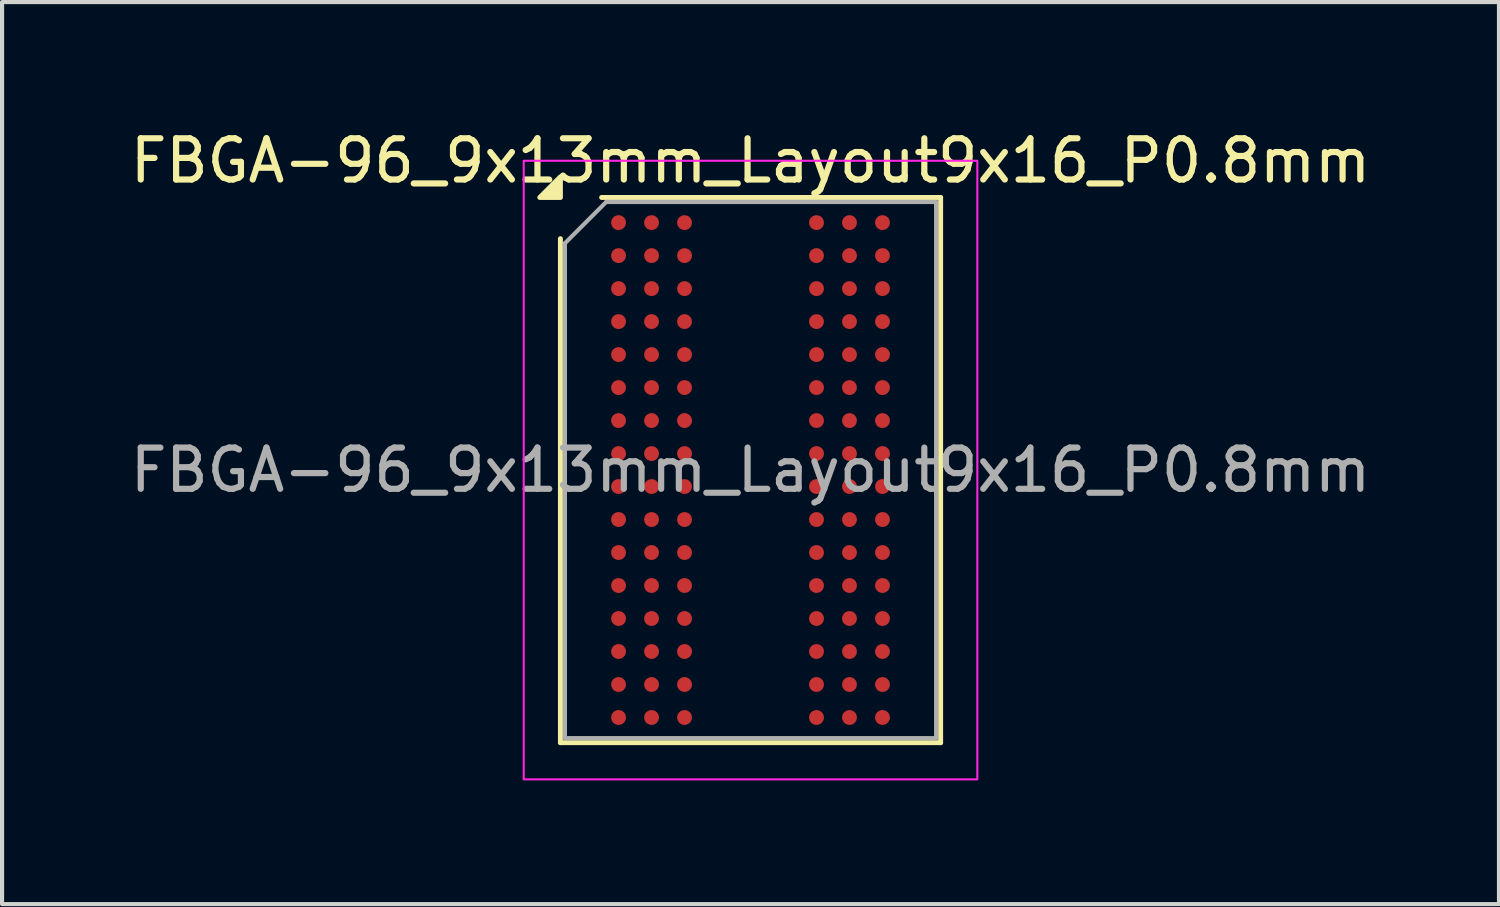
<source format=kicad_pcb>
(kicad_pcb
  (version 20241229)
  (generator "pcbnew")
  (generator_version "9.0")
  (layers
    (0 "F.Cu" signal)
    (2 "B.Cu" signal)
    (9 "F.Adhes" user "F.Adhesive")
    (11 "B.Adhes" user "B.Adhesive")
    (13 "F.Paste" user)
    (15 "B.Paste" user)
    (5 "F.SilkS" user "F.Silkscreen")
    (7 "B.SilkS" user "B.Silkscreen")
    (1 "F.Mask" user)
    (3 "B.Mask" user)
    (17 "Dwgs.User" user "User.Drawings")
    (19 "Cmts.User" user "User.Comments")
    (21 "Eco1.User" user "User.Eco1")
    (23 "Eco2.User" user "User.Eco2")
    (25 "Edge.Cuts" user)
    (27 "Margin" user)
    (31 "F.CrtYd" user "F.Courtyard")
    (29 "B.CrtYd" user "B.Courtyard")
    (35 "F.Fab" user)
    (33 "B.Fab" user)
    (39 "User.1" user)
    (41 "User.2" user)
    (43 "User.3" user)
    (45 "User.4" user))
  (footprint "FBGA-96_9x13mm_Layout9x16_P0.8mm"
    (layer "F.Cu")
    (at 15.149 8.348)
    (property "Reference" "FBGA-96_9x13mm_Layout9x16_P0.8mm" (at 0 -7.5 0) (layer "F.SilkS") (effects (font (size 1 1) (thickness 0.15))))
    (attr smd)
    (fp_line (start -4.61 6.61) (end -4.61 -5.61) (stroke (width 0.12) (type solid)) (layer "F.SilkS"))
    (fp_line (start -3.61 -6.61) (end 4.61 -6.61) (stroke (width 0.12) (type solid)) (layer "F.SilkS"))
    (fp_line (start 4.61 -6.61) (end 4.61 6.61) (stroke (width 0.12) (type solid)) (layer "F.SilkS"))
    (fp_line (start 4.61 6.61) (end -4.61 6.61) (stroke (width 0.12) (type solid)) (layer "F.SilkS"))
    (fp_poly (pts (xy -4.61 -6.61) (xy -5.11 -6.61) (xy -4.61 -7.11)) (stroke (width 0.12) (type solid)) (fill yes) (layer "F.SilkS"))
    (fp_rect (start -5.5 -7.5) (end 5.5 7.5) (stroke (width 0.05) (type solid)) (fill no) (layer "F.CrtYd"))
    (fp_line (start -4.5 -5.5) (end -3.5 -6.5) (stroke (width 0.1) (type solid)) (layer "F.Fab"))
    (fp_line (start -4.5 6.5) (end -4.5 -5.5) (stroke (width 0.1) (type solid)) (layer "F.Fab"))
    (fp_line (start -3.5 -6.5) (end 4.5 -6.5) (stroke (width 0.1) (type solid)) (layer "F.Fab"))
    (fp_line (start 4.5 -6.5) (end 4.5 6.5) (stroke (width 0.1) (type solid)) (layer "F.Fab"))
    (fp_line (start 4.5 6.5) (end -4.5 6.5) (stroke (width 0.1) (type solid)) (layer "F.Fab"))
    (fp_text user "${REFERENCE}" (at 0 0 0) (layer "F.Fab") (effects (font (size 1 1) (thickness 0.15))))
    (pad "A1" smd circle (at -3.2 -6) (size 0.36 0.36) (property pad_prop_bga) (layers "F.Cu" "F.Mask" "F.Paste"))
    (pad "A2" smd circle (at -2.4 -6) (size 0.36 0.36) (property pad_prop_bga) (layers "F.Cu" "F.Mask" "F.Paste"))
    (pad "A3" smd circle (at -1.6 -6) (size 0.36 0.36) (property pad_prop_bga) (layers "F.Cu" "F.Mask" "F.Paste"))
    (pad "A7" smd circle (at 1.6 -6) (size 0.36 0.36) (property pad_prop_bga) (layers "F.Cu" "F.Mask" "F.Paste"))
    (pad "A8" smd circle (at 2.4 -6) (size 0.36 0.36) (property pad_prop_bga) (layers "F.Cu" "F.Mask" "F.Paste"))
    (pad "A9" smd circle (at 3.2 -6) (size 0.36 0.36) (property pad_prop_bga) (layers "F.Cu" "F.Mask" "F.Paste"))
    (pad "B1" smd circle (at -3.2 -5.2) (size 0.36 0.36) (property pad_prop_bga) (layers "F.Cu" "F.Mask" "F.Paste"))
    (pad "B2" smd circle (at -2.4 -5.2) (size 0.36 0.36) (property pad_prop_bga) (layers "F.Cu" "F.Mask" "F.Paste"))
    (pad "B3" smd circle (at -1.6 -5.2) (size 0.36 0.36) (property pad_prop_bga) (layers "F.Cu" "F.Mask" "F.Paste"))
    (pad "B7" smd circle (at 1.6 -5.2) (size 0.36 0.36) (property pad_prop_bga) (layers "F.Cu" "F.Mask" "F.Paste"))
    (pad "B8" smd circle (at 2.4 -5.2) (size 0.36 0.36) (property pad_prop_bga) (layers "F.Cu" "F.Mask" "F.Paste"))
    (pad "B9" smd circle (at 3.2 -5.2) (size 0.36 0.36) (property pad_prop_bga) (layers "F.Cu" "F.Mask" "F.Paste"))
    (pad "C1" smd circle (at -3.2 -4.4) (size 0.36 0.36) (property pad_prop_bga) (layers "F.Cu" "F.Mask" "F.Paste"))
    (pad "C2" smd circle (at -2.4 -4.4) (size 0.36 0.36) (property pad_prop_bga) (layers "F.Cu" "F.Mask" "F.Paste"))
    (pad "C3" smd circle (at -1.6 -4.4) (size 0.36 0.36) (property pad_prop_bga) (layers "F.Cu" "F.Mask" "F.Paste"))
    (pad "C7" smd circle (at 1.6 -4.4) (size 0.36 0.36) (property pad_prop_bga) (layers "F.Cu" "F.Mask" "F.Paste"))
    (pad "C8" smd circle (at 2.4 -4.4) (size 0.36 0.36) (property pad_prop_bga) (layers "F.Cu" "F.Mask" "F.Paste"))
    (pad "C9" smd circle (at 3.2 -4.4) (size 0.36 0.36) (property pad_prop_bga) (layers "F.Cu" "F.Mask" "F.Paste"))
    (pad "D1" smd circle (at -3.2 -3.6) (size 0.36 0.36) (property pad_prop_bga) (layers "F.Cu" "F.Mask" "F.Paste"))
    (pad "D2" smd circle (at -2.4 -3.6) (size 0.36 0.36) (property pad_prop_bga) (layers "F.Cu" "F.Mask" "F.Paste"))
    (pad "D3" smd circle (at -1.6 -3.6) (size 0.36 0.36) (property pad_prop_bga) (layers "F.Cu" "F.Mask" "F.Paste"))
    (pad "D7" smd circle (at 1.6 -3.6) (size 0.36 0.36) (property pad_prop_bga) (layers "F.Cu" "F.Mask" "F.Paste"))
    (pad "D8" smd circle (at 2.4 -3.6) (size 0.36 0.36) (property pad_prop_bga) (layers "F.Cu" "F.Mask" "F.Paste"))
    (pad "D9" smd circle (at 3.2 -3.6) (size 0.36 0.36) (property pad_prop_bga) (layers "F.Cu" "F.Mask" "F.Paste"))
    (pad "E1" smd circle (at -3.2 -2.8) (size 0.36 0.36) (property pad_prop_bga) (layers "F.Cu" "F.Mask" "F.Paste"))
    (pad "E2" smd circle (at -2.4 -2.8) (size 0.36 0.36) (property pad_prop_bga) (layers "F.Cu" "F.Mask" "F.Paste"))
    (pad "E3" smd circle (at -1.6 -2.8) (size 0.36 0.36) (property pad_prop_bga) (layers "F.Cu" "F.Mask" "F.Paste"))
    (pad "E7" smd circle (at 1.6 -2.8) (size 0.36 0.36) (property pad_prop_bga) (layers "F.Cu" "F.Mask" "F.Paste"))
    (pad "E8" smd circle (at 2.4 -2.8) (size 0.36 0.36) (property pad_prop_bga) (layers "F.Cu" "F.Mask" "F.Paste"))
    (pad "E9" smd circle (at 3.2 -2.8) (size 0.36 0.36) (property pad_prop_bga) (layers "F.Cu" "F.Mask" "F.Paste"))
    (pad "F1" smd circle (at -3.2 -2) (size 0.36 0.36) (property pad_prop_bga) (layers "F.Cu" "F.Mask" "F.Paste"))
    (pad "F2" smd circle (at -2.4 -2) (size 0.36 0.36) (property pad_prop_bga) (layers "F.Cu" "F.Mask" "F.Paste"))
    (pad "F3" smd circle (at -1.6 -2) (size 0.36 0.36) (property pad_prop_bga) (layers "F.Cu" "F.Mask" "F.Paste"))
    (pad "F7" smd circle (at 1.6 -2) (size 0.36 0.36) (property pad_prop_bga) (layers "F.Cu" "F.Mask" "F.Paste"))
    (pad "F8" smd circle (at 2.4 -2) (size 0.36 0.36) (property pad_prop_bga) (layers "F.Cu" "F.Mask" "F.Paste"))
    (pad "F9" smd circle (at 3.2 -2) (size 0.36 0.36) (property pad_prop_bga) (layers "F.Cu" "F.Mask" "F.Paste"))
    (pad "G1" smd circle (at -3.2 -1.2) (size 0.36 0.36) (property pad_prop_bga) (layers "F.Cu" "F.Mask" "F.Paste"))
    (pad "G2" smd circle (at -2.4 -1.2) (size 0.36 0.36) (property pad_prop_bga) (layers "F.Cu" "F.Mask" "F.Paste"))
    (pad "G3" smd circle (at -1.6 -1.2) (size 0.36 0.36) (property pad_prop_bga) (layers "F.Cu" "F.Mask" "F.Paste"))
    (pad "G7" smd circle (at 1.6 -1.2) (size 0.36 0.36) (property pad_prop_bga) (layers "F.Cu" "F.Mask" "F.Paste"))
    (pad "G8" smd circle (at 2.4 -1.2) (size 0.36 0.36) (property pad_prop_bga) (layers "F.Cu" "F.Mask" "F.Paste"))
    (pad "G9" smd circle (at 3.2 -1.2) (size 0.36 0.36) (property pad_prop_bga) (layers "F.Cu" "F.Mask" "F.Paste"))
    (pad "H1" smd circle (at -3.2 -0.4) (size 0.36 0.36) (property pad_prop_bga) (layers "F.Cu" "F.Mask" "F.Paste"))
    (pad "H2" smd circle (at -2.4 -0.4) (size 0.36 0.36) (property pad_prop_bga) (layers "F.Cu" "F.Mask" "F.Paste"))
    (pad "H3" smd circle (at -1.6 -0.4) (size 0.36 0.36) (property pad_prop_bga) (layers "F.Cu" "F.Mask" "F.Paste"))
    (pad "H7" smd circle (at 1.6 -0.4) (size 0.36 0.36) (property pad_prop_bga) (layers "F.Cu" "F.Mask" "F.Paste"))
    (pad "H8" smd circle (at 2.4 -0.4) (size 0.36 0.36) (property pad_prop_bga) (layers "F.Cu" "F.Mask" "F.Paste"))
    (pad "H9" smd circle (at 3.2 -0.4) (size 0.36 0.36) (property pad_prop_bga) (layers "F.Cu" "F.Mask" "F.Paste"))
    (pad "J1" smd circle (at -3.2 0.4) (size 0.36 0.36) (property pad_prop_bga) (layers "F.Cu" "F.Mask" "F.Paste"))
    (pad "J2" smd circle (at -2.4 0.4) (size 0.36 0.36) (property pad_prop_bga) (layers "F.Cu" "F.Mask" "F.Paste"))
    (pad "J3" smd circle (at -1.6 0.4) (size 0.36 0.36) (property pad_prop_bga) (layers "F.Cu" "F.Mask" "F.Paste"))
    (pad "J7" smd circle (at 1.6 0.4) (size 0.36 0.36) (property pad_prop_bga) (layers "F.Cu" "F.Mask" "F.Paste"))
    (pad "J8" smd circle (at 2.4 0.4) (size 0.36 0.36) (property pad_prop_bga) (layers "F.Cu" "F.Mask" "F.Paste"))
    (pad "J9" smd circle (at 3.2 0.4) (size 0.36 0.36) (property pad_prop_bga) (layers "F.Cu" "F.Mask" "F.Paste"))
    (pad "K1" smd circle (at -3.2 1.2) (size 0.36 0.36) (property pad_prop_bga) (layers "F.Cu" "F.Mask" "F.Paste"))
    (pad "K2" smd circle (at -2.4 1.2) (size 0.36 0.36) (property pad_prop_bga) (layers "F.Cu" "F.Mask" "F.Paste"))
    (pad "K3" smd circle (at -1.6 1.2) (size 0.36 0.36) (property pad_prop_bga) (layers "F.Cu" "F.Mask" "F.Paste"))
    (pad "K7" smd circle (at 1.6 1.2) (size 0.36 0.36) (property pad_prop_bga) (layers "F.Cu" "F.Mask" "F.Paste"))
    (pad "K8" smd circle (at 2.4 1.2) (size 0.36 0.36) (property pad_prop_bga) (layers "F.Cu" "F.Mask" "F.Paste"))
    (pad "K9" smd circle (at 3.2 1.2) (size 0.36 0.36) (property pad_prop_bga) (layers "F.Cu" "F.Mask" "F.Paste"))
    (pad "L1" smd circle (at -3.2 2) (size 0.36 0.36) (property pad_prop_bga) (layers "F.Cu" "F.Mask" "F.Paste"))
    (pad "L2" smd circle (at -2.4 2) (size 0.36 0.36) (property pad_prop_bga) (layers "F.Cu" "F.Mask" "F.Paste"))
    (pad "L3" smd circle (at -1.6 2) (size 0.36 0.36) (property pad_prop_bga) (layers "F.Cu" "F.Mask" "F.Paste"))
    (pad "L7" smd circle (at 1.6 2) (size 0.36 0.36) (property pad_prop_bga) (layers "F.Cu" "F.Mask" "F.Paste"))
    (pad "L8" smd circle (at 2.4 2) (size 0.36 0.36) (property pad_prop_bga) (layers "F.Cu" "F.Mask" "F.Paste"))
    (pad "L9" smd circle (at 3.2 2) (size 0.36 0.36) (property pad_prop_bga) (layers "F.Cu" "F.Mask" "F.Paste"))
    (pad "M1" smd circle (at -3.2 2.8) (size 0.36 0.36) (property pad_prop_bga) (layers "F.Cu" "F.Mask" "F.Paste"))
    (pad "M2" smd circle (at -2.4 2.8) (size 0.36 0.36) (property pad_prop_bga) (layers "F.Cu" "F.Mask" "F.Paste"))
    (pad "M3" smd circle (at -1.6 2.8) (size 0.36 0.36) (property pad_prop_bga) (layers "F.Cu" "F.Mask" "F.Paste"))
    (pad "M7" smd circle (at 1.6 2.8) (size 0.36 0.36) (property pad_prop_bga) (layers "F.Cu" "F.Mask" "F.Paste"))
    (pad "M8" smd circle (at 2.4 2.8) (size 0.36 0.36) (property pad_prop_bga) (layers "F.Cu" "F.Mask" "F.Paste"))
    (pad "M9" smd circle (at 3.2 2.8) (size 0.36 0.36) (property pad_prop_bga) (layers "F.Cu" "F.Mask" "F.Paste"))
    (pad "N1" smd circle (at -3.2 3.6) (size 0.36 0.36) (property pad_prop_bga) (layers "F.Cu" "F.Mask" "F.Paste"))
    (pad "N2" smd circle (at -2.4 3.6) (size 0.36 0.36) (property pad_prop_bga) (layers "F.Cu" "F.Mask" "F.Paste"))
    (pad "N3" smd circle (at -1.6 3.6) (size 0.36 0.36) (property pad_prop_bga) (layers "F.Cu" "F.Mask" "F.Paste"))
    (pad "N7" smd circle (at 1.6 3.6) (size 0.36 0.36) (property pad_prop_bga) (layers "F.Cu" "F.Mask" "F.Paste"))
    (pad "N8" smd circle (at 2.4 3.6) (size 0.36 0.36) (property pad_prop_bga) (layers "F.Cu" "F.Mask" "F.Paste"))
    (pad "N9" smd circle (at 3.2 3.6) (size 0.36 0.36) (property pad_prop_bga) (layers "F.Cu" "F.Mask" "F.Paste"))
    (pad "P1" smd circle (at -3.2 4.4) (size 0.36 0.36) (property pad_prop_bga) (layers "F.Cu" "F.Mask" "F.Paste"))
    (pad "P2" smd circle (at -2.4 4.4) (size 0.36 0.36) (property pad_prop_bga) (layers "F.Cu" "F.Mask" "F.Paste"))
    (pad "P3" smd circle (at -1.6 4.4) (size 0.36 0.36) (property pad_prop_bga) (layers "F.Cu" "F.Mask" "F.Paste"))
    (pad "P7" smd circle (at 1.6 4.4) (size 0.36 0.36) (property pad_prop_bga) (layers "F.Cu" "F.Mask" "F.Paste"))
    (pad "P8" smd circle (at 2.4 4.4) (size 0.36 0.36) (property pad_prop_bga) (layers "F.Cu" "F.Mask" "F.Paste"))
    (pad "P9" smd circle (at 3.2 4.4) (size 0.36 0.36) (property pad_prop_bga) (layers "F.Cu" "F.Mask" "F.Paste"))
    (pad "R1" smd circle (at -3.2 5.2) (size 0.36 0.36) (property pad_prop_bga) (layers "F.Cu" "F.Mask" "F.Paste"))
    (pad "R2" smd circle (at -2.4 5.2) (size 0.36 0.36) (property pad_prop_bga) (layers "F.Cu" "F.Mask" "F.Paste"))
    (pad "R3" smd circle (at -1.6 5.2) (size 0.36 0.36) (property pad_prop_bga) (layers "F.Cu" "F.Mask" "F.Paste"))
    (pad "R7" smd circle (at 1.6 5.2) (size 0.36 0.36) (property pad_prop_bga) (layers "F.Cu" "F.Mask" "F.Paste"))
    (pad "R8" smd circle (at 2.4 5.2) (size 0.36 0.36) (property pad_prop_bga) (layers "F.Cu" "F.Mask" "F.Paste"))
    (pad "R9" smd circle (at 3.2 5.2) (size 0.36 0.36) (property pad_prop_bga) (layers "F.Cu" "F.Mask" "F.Paste"))
    (pad "T1" smd circle (at -3.2 6) (size 0.36 0.36) (property pad_prop_bga) (layers "F.Cu" "F.Mask" "F.Paste"))
    (pad "T2" smd circle (at -2.4 6) (size 0.36 0.36) (property pad_prop_bga) (layers "F.Cu" "F.Mask" "F.Paste"))
    (pad "T3" smd circle (at -1.6 6) (size 0.36 0.36) (property pad_prop_bga) (layers "F.Cu" "F.Mask" "F.Paste"))
    (pad "T7" smd circle (at 1.6 6) (size 0.36 0.36) (property pad_prop_bga) (layers "F.Cu" "F.Mask" "F.Paste"))
    (pad "T8" smd circle (at 2.4 6) (size 0.36 0.36) (property pad_prop_bga) (layers "F.Cu" "F.Mask" "F.Paste"))
    (pad "T9" smd circle (at 3.2 6) (size 0.36 0.36) (property pad_prop_bga) (layers "F.Cu" "F.Mask" "F.Paste")))
  (gr_rect
    (start -3 -3)
    (end 33.298 18.873)
    (stroke (width 0.1) (type default))
    (fill no)
    (layer "Edge.Cuts")))
</source>
